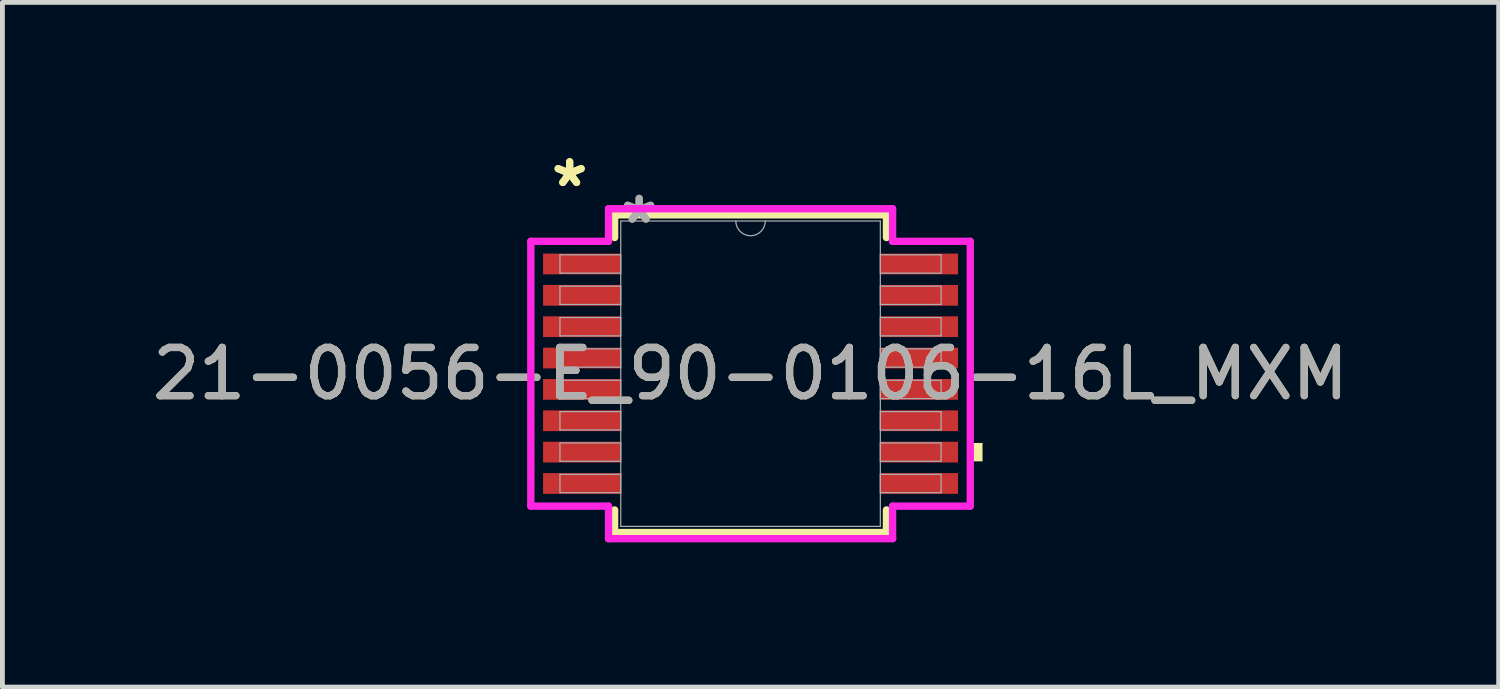
<source format=kicad_pcb>
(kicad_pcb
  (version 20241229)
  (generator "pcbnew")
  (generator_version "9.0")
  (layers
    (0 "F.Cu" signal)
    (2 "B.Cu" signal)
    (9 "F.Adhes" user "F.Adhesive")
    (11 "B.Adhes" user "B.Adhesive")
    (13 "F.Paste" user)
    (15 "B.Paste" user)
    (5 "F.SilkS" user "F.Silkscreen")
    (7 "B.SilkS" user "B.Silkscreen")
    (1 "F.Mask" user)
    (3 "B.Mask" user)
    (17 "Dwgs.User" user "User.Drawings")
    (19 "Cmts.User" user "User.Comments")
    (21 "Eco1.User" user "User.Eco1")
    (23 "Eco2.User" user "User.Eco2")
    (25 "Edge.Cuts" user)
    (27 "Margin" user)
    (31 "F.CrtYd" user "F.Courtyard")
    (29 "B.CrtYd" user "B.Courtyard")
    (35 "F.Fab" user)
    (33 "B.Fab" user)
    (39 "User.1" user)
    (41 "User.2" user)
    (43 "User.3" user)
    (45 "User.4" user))
  (footprint "21-0056-E_90-0106-16L_MXM"
    (layer "F.Cu")
    (at 12.506 4.696)
    (property "Reference" "21-0056-E_90-0106-16L_MXM" (at 0 0 0) (unlocked yes) (layer "F.SilkS") (effects (font (size 1 1) (thickness 0.15))))
    (attr smd)
    (fp_line (start -2.817 -3.292) (end -2.817 -2.823) (stroke (width 0.152) (type solid)) (layer "F.SilkS"))
    (fp_line (start -2.817 2.823) (end -2.817 3.292) (stroke (width 0.152) (type solid)) (layer "F.SilkS"))
    (fp_line (start -2.817 3.292) (end 2.817 3.292) (stroke (width 0.152) (type solid)) (layer "F.SilkS"))
    (fp_line (start 2.817 -3.292) (end -2.817 -3.292) (stroke (width 0.152) (type solid)) (layer "F.SilkS"))
    (fp_line (start 2.817 -2.823) (end 2.817 -3.292) (stroke (width 0.152) (type solid)) (layer "F.SilkS"))
    (fp_line (start 2.817 3.292) (end 2.817 2.823) (stroke (width 0.152) (type solid)) (layer "F.SilkS"))
    (fp_poly (pts (xy 4.808 1.435) (xy 4.808 1.816) (xy 4.554 1.816) (xy 4.554 1.435)) (stroke (width 0) (type solid)) (fill yes) (layer "F.SilkS"))
    (fp_line (start -4.554 -2.744) (end -2.944 -2.744) (stroke (width 0.152) (type solid)) (layer "F.CrtYd"))
    (fp_line (start -4.554 2.744) (end -4.554 -2.744) (stroke (width 0.152) (type solid)) (layer "F.CrtYd"))
    (fp_line (start -4.554 2.744) (end -2.944 2.744) (stroke (width 0.152) (type solid)) (layer "F.CrtYd"))
    (fp_line (start -2.944 -3.419) (end 2.944 -3.419) (stroke (width 0.152) (type solid)) (layer "F.CrtYd"))
    (fp_line (start -2.944 -2.744) (end -2.944 -3.419) (stroke (width 0.152) (type solid)) (layer "F.CrtYd"))
    (fp_line (start -2.944 3.419) (end -2.944 2.744) (stroke (width 0.152) (type solid)) (layer "F.CrtYd"))
    (fp_line (start 2.944 -3.419) (end 2.944 -2.744) (stroke (width 0.152) (type solid)) (layer "F.CrtYd"))
    (fp_line (start 2.944 2.744) (end 2.944 3.419) (stroke (width 0.152) (type solid)) (layer "F.CrtYd"))
    (fp_line (start 2.944 3.419) (end -2.944 3.419) (stroke (width 0.152) (type solid)) (layer "F.CrtYd"))
    (fp_line (start 4.554 -2.744) (end 2.944 -2.744) (stroke (width 0.152) (type solid)) (layer "F.CrtYd"))
    (fp_line (start 4.554 -2.744) (end 4.554 2.744) (stroke (width 0.152) (type solid)) (layer "F.CrtYd"))
    (fp_line (start 4.554 2.744) (end 2.944 2.744) (stroke (width 0.152) (type solid)) (layer "F.CrtYd"))
    (fp_line (start -3.95 -2.465) (end -3.95 -2.085) (stroke (width 0.025) (type solid)) (layer "F.Fab"))
    (fp_line (start -3.95 -2.085) (end -2.69 -2.085) (stroke (width 0.025) (type solid)) (layer "F.Fab"))
    (fp_line (start -3.95 -1.815) (end -3.95 -1.435) (stroke (width 0.025) (type solid)) (layer "F.Fab"))
    (fp_line (start -3.95 -1.435) (end -2.69 -1.435) (stroke (width 0.025) (type solid)) (layer "F.Fab"))
    (fp_line (start -3.95 -1.165) (end -3.95 -0.785) (stroke (width 0.025) (type solid)) (layer "F.Fab"))
    (fp_line (start -3.95 -0.785) (end -2.69 -0.785) (stroke (width 0.025) (type solid)) (layer "F.Fab"))
    (fp_line (start -3.95 -0.515) (end -3.95 -0.135) (stroke (width 0.025) (type solid)) (layer "F.Fab"))
    (fp_line (start -3.95 -0.135) (end -2.69 -0.135) (stroke (width 0.025) (type solid)) (layer "F.Fab"))
    (fp_line (start -3.95 0.135) (end -3.95 0.515) (stroke (width 0.025) (type solid)) (layer "F.Fab"))
    (fp_line (start -3.95 0.515) (end -2.69 0.515) (stroke (width 0.025) (type solid)) (layer "F.Fab"))
    (fp_line (start -3.95 0.785) (end -3.95 1.165) (stroke (width 0.025) (type solid)) (layer "F.Fab"))
    (fp_line (start -3.95 1.165) (end -2.69 1.165) (stroke (width 0.025) (type solid)) (layer "F.Fab"))
    (fp_line (start -3.95 1.435) (end -3.95 1.815) (stroke (width 0.025) (type solid)) (layer "F.Fab"))
    (fp_line (start -3.95 1.815) (end -2.69 1.815) (stroke (width 0.025) (type solid)) (layer "F.Fab"))
    (fp_line (start -3.95 2.085) (end -3.95 2.465) (stroke (width 0.025) (type solid)) (layer "F.Fab"))
    (fp_line (start -3.95 2.465) (end -2.69 2.465) (stroke (width 0.025) (type solid)) (layer "F.Fab"))
    (fp_line (start -2.69 -3.165) (end -2.69 3.165) (stroke (width 0.025) (type solid)) (layer "F.Fab"))
    (fp_line (start -2.69 -2.465) (end -3.95 -2.465) (stroke (width 0.025) (type solid)) (layer "F.Fab"))
    (fp_line (start -2.69 -2.085) (end -2.69 -2.465) (stroke (width 0.025) (type solid)) (layer "F.Fab"))
    (fp_line (start -2.69 -1.815) (end -3.95 -1.815) (stroke (width 0.025) (type solid)) (layer "F.Fab"))
    (fp_line (start -2.69 -1.435) (end -2.69 -1.815) (stroke (width 0.025) (type solid)) (layer "F.Fab"))
    (fp_line (start -2.69 -1.165) (end -3.95 -1.165) (stroke (width 0.025) (type solid)) (layer "F.Fab"))
    (fp_line (start -2.69 -0.785) (end -2.69 -1.165) (stroke (width 0.025) (type solid)) (layer "F.Fab"))
    (fp_line (start -2.69 -0.515) (end -3.95 -0.515) (stroke (width 0.025) (type solid)) (layer "F.Fab"))
    (fp_line (start -2.69 -0.135) (end -2.69 -0.515) (stroke (width 0.025) (type solid)) (layer "F.Fab"))
    (fp_line (start -2.69 0.135) (end -3.95 0.135) (stroke (width 0.025) (type solid)) (layer "F.Fab"))
    (fp_line (start -2.69 0.515) (end -2.69 0.135) (stroke (width 0.025) (type solid)) (layer "F.Fab"))
    (fp_line (start -2.69 0.785) (end -3.95 0.785) (stroke (width 0.025) (type solid)) (layer "F.Fab"))
    (fp_line (start -2.69 1.165) (end -2.69 0.785) (stroke (width 0.025) (type solid)) (layer "F.Fab"))
    (fp_line (start -2.69 1.435) (end -3.95 1.435) (stroke (width 0.025) (type solid)) (layer "F.Fab"))
    (fp_line (start -2.69 1.815) (end -2.69 1.435) (stroke (width 0.025) (type solid)) (layer "F.Fab"))
    (fp_line (start -2.69 2.085) (end -3.95 2.085) (stroke (width 0.025) (type solid)) (layer "F.Fab"))
    (fp_line (start -2.69 2.465) (end -2.69 2.085) (stroke (width 0.025) (type solid)) (layer "F.Fab"))
    (fp_line (start -2.69 3.165) (end 2.69 3.165) (stroke (width 0.025) (type solid)) (layer "F.Fab"))
    (fp_line (start 2.69 -3.165) (end -2.69 -3.165) (stroke (width 0.025) (type solid)) (layer "F.Fab"))
    (fp_line (start 2.69 -2.465) (end 2.69 -2.085) (stroke (width 0.025) (type solid)) (layer "F.Fab"))
    (fp_line (start 2.69 -2.085) (end 3.95 -2.085) (stroke (width 0.025) (type solid)) (layer "F.Fab"))
    (fp_line (start 2.69 -1.815) (end 2.69 -1.435) (stroke (width 0.025) (type solid)) (layer "F.Fab"))
    (fp_line (start 2.69 -1.435) (end 3.95 -1.435) (stroke (width 0.025) (type solid)) (layer "F.Fab"))
    (fp_line (start 2.69 -1.165) (end 2.69 -0.785) (stroke (width 0.025) (type solid)) (layer "F.Fab"))
    (fp_line (start 2.69 -0.785) (end 3.95 -0.785) (stroke (width 0.025) (type solid)) (layer "F.Fab"))
    (fp_line (start 2.69 -0.515) (end 2.69 -0.135) (stroke (width 0.025) (type solid)) (layer "F.Fab"))
    (fp_line (start 2.69 -0.135) (end 3.95 -0.135) (stroke (width 0.025) (type solid)) (layer "F.Fab"))
    (fp_line (start 2.69 0.135) (end 2.69 0.515) (stroke (width 0.025) (type solid)) (layer "F.Fab"))
    (fp_line (start 2.69 0.515) (end 3.95 0.515) (stroke (width 0.025) (type solid)) (layer "F.Fab"))
    (fp_line (start 2.69 0.785) (end 2.69 1.165) (stroke (width 0.025) (type solid)) (layer "F.Fab"))
    (fp_line (start 2.69 1.165) (end 3.95 1.165) (stroke (width 0.025) (type solid)) (layer "F.Fab"))
    (fp_line (start 2.69 1.435) (end 2.69 1.815) (stroke (width 0.025) (type solid)) (layer "F.Fab"))
    (fp_line (start 2.69 1.815) (end 3.95 1.815) (stroke (width 0.025) (type solid)) (layer "F.Fab"))
    (fp_line (start 2.69 2.085) (end 2.69 2.465) (stroke (width 0.025) (type solid)) (layer "F.Fab"))
    (fp_line (start 2.69 2.465) (end 3.95 2.465) (stroke (width 0.025) (type solid)) (layer "F.Fab"))
    (fp_line (start 2.69 3.165) (end 2.69 -3.165) (stroke (width 0.025) (type solid)) (layer "F.Fab"))
    (fp_line (start 3.95 -2.465) (end 2.69 -2.465) (stroke (width 0.025) (type solid)) (layer "F.Fab"))
    (fp_line (start 3.95 -2.085) (end 3.95 -2.465) (stroke (width 0.025) (type solid)) (layer "F.Fab"))
    (fp_line (start 3.95 -1.815) (end 2.69 -1.815) (stroke (width 0.025) (type solid)) (layer "F.Fab"))
    (fp_line (start 3.95 -1.435) (end 3.95 -1.815) (stroke (width 0.025) (type solid)) (layer "F.Fab"))
    (fp_line (start 3.95 -1.165) (end 2.69 -1.165) (stroke (width 0.025) (type solid)) (layer "F.Fab"))
    (fp_line (start 3.95 -0.785) (end 3.95 -1.165) (stroke (width 0.025) (type solid)) (layer "F.Fab"))
    (fp_line (start 3.95 -0.515) (end 2.69 -0.515) (stroke (width 0.025) (type solid)) (layer "F.Fab"))
    (fp_line (start 3.95 -0.135) (end 3.95 -0.515) (stroke (width 0.025) (type solid)) (layer "F.Fab"))
    (fp_line (start 3.95 0.135) (end 2.69 0.135) (stroke (width 0.025) (type solid)) (layer "F.Fab"))
    (fp_line (start 3.95 0.515) (end 3.95 0.135) (stroke (width 0.025) (type solid)) (layer "F.Fab"))
    (fp_line (start 3.95 0.785) (end 2.69 0.785) (stroke (width 0.025) (type solid)) (layer "F.Fab"))
    (fp_line (start 3.95 1.165) (end 3.95 0.785) (stroke (width 0.025) (type solid)) (layer "F.Fab"))
    (fp_line (start 3.95 1.435) (end 2.69 1.435) (stroke (width 0.025) (type solid)) (layer "F.Fab"))
    (fp_line (start 3.95 1.815) (end 3.95 1.435) (stroke (width 0.025) (type solid)) (layer "F.Fab"))
    (fp_line (start 3.95 2.085) (end 2.69 2.085) (stroke (width 0.025) (type solid)) (layer "F.Fab"))
    (fp_line (start 3.95 2.465) (end 3.95 2.085) (stroke (width 0.025) (type solid)) (layer "F.Fab"))
    (fp_arc (start 0.3048 -3.165) (mid 0 -2.8602) (end -0.3048 -3.165) (stroke (width 0.0254) (type solid)) (layer "F.Fab"))
    (fp_text user "*" (at -3.749 -3.848 0) (layer "F.SilkS") (effects (font (size 1 1) (thickness 0.15))))
    (fp_text user "*" (at -3.749 -3.848 0) (unlocked yes) (layer "F.SilkS") (effects (font (size 1 1) (thickness 0.15))))
    (fp_text user "*" (at -2.309 -3.089 0) (unlocked yes) (layer "F.Fab") (effects (font (size 1 1) (thickness 0.15))))
    (fp_text user "${REFERENCE}" (at 0 0 0) (unlocked yes) (layer "F.Fab") (effects (font (size 1 1) (thickness 0.15))))
    (fp_text user "*" (at -2.309 -3.089 0) (layer "F.Fab") (effects (font (size 1 1) (thickness 0.15))))
    (pad "1" smd rect (at -3.495 -2.275) (size 1.61 0.43) (layers "F.Cu" "F.Mask" "F.Paste"))
    (pad "2" smd rect (at -3.495 -1.625) (size 1.61 0.43) (layers "F.Cu" "F.Mask" "F.Paste"))
    (pad "3" smd rect (at -3.495 -0.975) (size 1.61 0.43) (layers "F.Cu" "F.Mask" "F.Paste"))
    (pad "4" smd rect (at -3.495 -0.325) (size 1.61 0.43) (layers "F.Cu" "F.Mask" "F.Paste"))
    (pad "5" smd rect (at -3.495 0.325) (size 1.61 0.43) (layers "F.Cu" "F.Mask" "F.Paste"))
    (pad "6" smd rect (at -3.495 0.975) (size 1.61 0.43) (layers "F.Cu" "F.Mask" "F.Paste"))
    (pad "7" smd rect (at -3.495 1.625) (size 1.61 0.43) (layers "F.Cu" "F.Mask" "F.Paste"))
    (pad "8" smd rect (at -3.495 2.275) (size 1.61 0.43) (layers "F.Cu" "F.Mask" "F.Paste"))
    (pad "9" smd rect (at 3.495 2.275) (size 1.61 0.43) (layers "F.Cu" "F.Mask" "F.Paste"))
    (pad "10" smd rect (at 3.495 1.625) (size 1.61 0.43) (layers "F.Cu" "F.Mask" "F.Paste"))
    (pad "11" smd rect (at 3.495 0.975) (size 1.61 0.43) (layers "F.Cu" "F.Mask" "F.Paste"))
    (pad "12" smd rect (at 3.495 0.325) (size 1.61 0.43) (layers "F.Cu" "F.Mask" "F.Paste"))
    (pad "13" smd rect (at 3.495 -0.325) (size 1.61 0.43) (layers "F.Cu" "F.Mask" "F.Paste"))
    (pad "14" smd rect (at 3.495 -0.975) (size 1.61 0.43) (layers "F.Cu" "F.Mask" "F.Paste"))
    (pad "15" smd rect (at 3.495 -1.625) (size 1.61 0.43) (layers "F.Cu" "F.Mask" "F.Paste"))
    (pad "16" smd rect (at 3.495 -2.275) (size 1.61 0.43) (layers "F.Cu" "F.Mask" "F.Paste")))
  (gr_rect
    (start -3 -3)
    (end 28.012 11.191)
    (stroke (width 0.1) (type default))
    (fill no)
    (layer "Edge.Cuts")))
</source>
